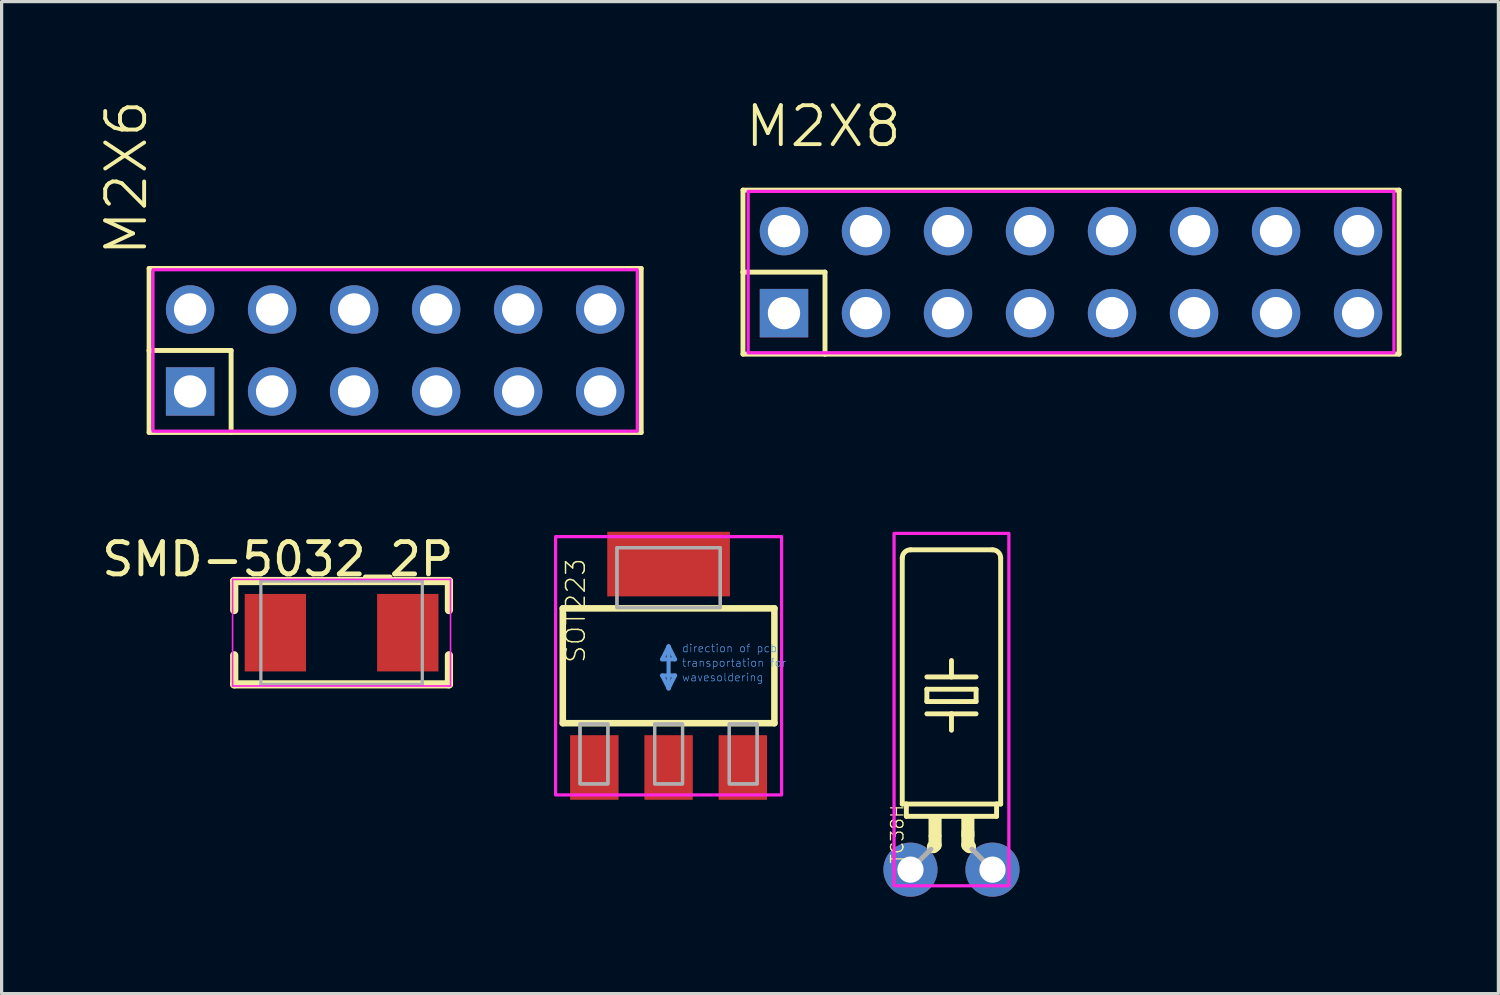
<source format=kicad_pcb>
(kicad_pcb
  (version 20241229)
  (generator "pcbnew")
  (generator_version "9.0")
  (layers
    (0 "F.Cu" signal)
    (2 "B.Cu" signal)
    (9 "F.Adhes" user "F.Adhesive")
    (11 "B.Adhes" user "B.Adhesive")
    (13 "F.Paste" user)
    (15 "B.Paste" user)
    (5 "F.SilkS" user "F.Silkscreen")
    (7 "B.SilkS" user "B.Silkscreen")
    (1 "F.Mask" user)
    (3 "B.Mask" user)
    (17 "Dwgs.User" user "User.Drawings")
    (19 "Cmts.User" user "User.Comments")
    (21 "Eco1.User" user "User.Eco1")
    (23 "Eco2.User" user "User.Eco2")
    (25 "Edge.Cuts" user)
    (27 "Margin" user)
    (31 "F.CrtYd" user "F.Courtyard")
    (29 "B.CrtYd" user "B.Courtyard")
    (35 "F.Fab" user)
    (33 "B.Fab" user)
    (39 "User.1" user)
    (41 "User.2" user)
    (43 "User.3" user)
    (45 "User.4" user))
  (footprint "SMD-5032_2P"
    (layer "F.Cu")
    (at 7.529 16.545)
    (property "Reference" "SMD-5032_2P" (at -1.976 -2.276 0) (layer "F.SilkS") (effects (font (size 1 1) (thickness 0.15))))
    (attr smd)
    (fp_line (start -3.325 -1.6) (end 3.325 -1.6) (stroke (width 0.254) (type solid)) (layer "F.SilkS"))
    (fp_line (start -3.325 -0.7) (end -3.325 -1.6) (stroke (width 0.254) (type solid)) (layer "F.SilkS"))
    (fp_line (start -3.325 1.6) (end -3.325 0.7) (stroke (width 0.254) (type solid)) (layer "F.SilkS"))
    (fp_line (start -3.325 1.6) (end 3.325 1.6) (stroke (width 0.254) (type solid)) (layer "F.SilkS"))
    (fp_line (start 3.325 -0.7) (end 3.325 -1.6) (stroke (width 0.254) (type solid)) (layer "F.SilkS"))
    (fp_line (start 3.325 1.6) (end 3.325 0.7) (stroke (width 0.254) (type solid)) (layer "F.SilkS"))
    (fp_line (start -3.375 -1.65) (end 3.375 -1.65) (stroke (width 0.05) (type solid)) (layer "F.CrtYd"))
    (fp_line (start -3.375 1.65) (end -3.375 -1.65) (stroke (width 0.05) (type solid)) (layer "F.CrtYd"))
    (fp_line (start 3.375 -1.65) (end 3.375 1.65) (stroke (width 0.05) (type solid)) (layer "F.CrtYd"))
    (fp_line (start 3.375 1.65) (end -3.375 1.65) (stroke (width 0.05) (type solid)) (layer "F.CrtYd"))
    (fp_line (start -2.5 -1.6) (end 2.5 -1.6) (stroke (width 0.1) (type solid)) (layer "F.Fab"))
    (fp_line (start -2.5 1.6) (end -2.5 -1.6) (stroke (width 0.1) (type solid)) (layer "F.Fab"))
    (fp_line (start -2.5 1.6) (end 2.5 1.6) (stroke (width 0.1) (type solid)) (layer "F.Fab"))
    (fp_line (start 2.5 1.6) (end 2.5 -1.6) (stroke (width 0.1) (type solid)) (layer "F.Fab"))
    (pad "1" smd rect (at -2.05 0 90) (size 2.4 1.9) (layers "F.Cu" "F.Mask" "F.Paste"))
    (pad "2" smd rect (at 2.05 0 90) (size 2.4 1.9) (layers "F.Cu" "F.Mask" "F.Paste")))
  (footprint "M2X6"
    (layer "F.Cu")
    (at 9.188 7.804)
    (property "Reference" "M2X6" (at -7.62 -2.857 270) (layer "F.SilkS") (effects (font (size 1.206 1.206) (thickness 0.121)) (justify left bottom)))
    (attr through_hole)
    (fp_line (start -7.62 -2.54) (end 7.62 -2.54) (stroke (width 0.152) (type solid)) (layer "F.SilkS"))
    (fp_line (start -7.62 0) (end -7.62 -2.54) (stroke (width 0.152) (type solid)) (layer "F.SilkS"))
    (fp_line (start -7.62 2.54) (end -7.62 0) (stroke (width 0.152) (type solid)) (layer "F.SilkS"))
    (fp_line (start -5.08 0) (end -7.62 0) (stroke (width 0.152) (type solid)) (layer "F.SilkS"))
    (fp_line (start -5.08 2.54) (end -7.62 2.54) (stroke (width 0.152) (type solid)) (layer "F.SilkS"))
    (fp_line (start -5.08 2.54) (end -5.08 0) (stroke (width 0.152) (type solid)) (layer "F.SilkS"))
    (fp_line (start 7.62 -2.54) (end 7.62 2.54) (stroke (width 0.152) (type solid)) (layer "F.SilkS"))
    (fp_line (start 7.62 2.54) (end -5.08 2.54) (stroke (width 0.152) (type solid)) (layer "F.SilkS"))
    (fp_poly (pts (xy 7.5 2.5) (xy -7.5 2.5) (xy -7.5 -2.5) (xy 7.5 -2.5)) (stroke (width 0.1) (type solid)) (fill no) (layer "F.CrtYd"))
    (pad "1" thru_hole rect (at -6.35 1.27) (size 1.5 1.5) (drill 1) (layers "*.Cu" "*.Mask"))
    (pad "2" thru_hole circle (at -6.35 -1.27) (size 1.5 1.5) (drill 1) (layers "*.Cu" "*.Mask"))
    (pad "3" thru_hole circle (at -3.81 1.27) (size 1.5 1.5) (drill 1) (layers "*.Cu" "*.Mask"))
    (pad "4" thru_hole circle (at -3.81 -1.27) (size 1.5 1.5) (drill 1) (layers "*.Cu" "*.Mask"))
    (pad "5" thru_hole circle (at -1.27 1.27) (size 1.5 1.5) (drill 1) (layers "*.Cu" "*.Mask"))
    (pad "6" thru_hole circle (at -1.27 -1.27) (size 1.5 1.5) (drill 1) (layers "*.Cu" "*.Mask"))
    (pad "7" thru_hole circle (at 1.27 1.27) (size 1.5 1.5) (drill 1) (layers "*.Cu" "*.Mask"))
    (pad "8" thru_hole circle (at 1.27 -1.27) (size 1.5 1.5) (drill 1) (layers "*.Cu" "*.Mask"))
    (pad "9" thru_hole circle (at 3.81 1.27) (size 1.5 1.5) (drill 1) (layers "*.Cu" "*.Mask"))
    (pad "10" thru_hole circle (at 3.81 -1.27) (size 1.5 1.5) (drill 1) (layers "*.Cu" "*.Mask"))
    (pad "11" thru_hole circle (at 6.35 1.27) (size 1.5 1.5) (drill 1) (layers "*.Cu" "*.Mask"))
    (pad "12" thru_hole circle (at 6.35 -1.27) (size 1.5 1.5) (drill 1) (layers "*.Cu" "*.Mask")))
  (footprint "M2X8"
    (layer "F.Cu")
    (at 30.121 5.378)
    (property "Reference" "M2X8" (at -10.16 -3.81 0) (layer "F.SilkS") (effects (font (size 1.206 1.206) (thickness 0.121)) (justify left bottom)))
    (attr through_hole)
    (fp_line (start -10.16 -2.54) (end -10.16 0) (stroke (width 0.152) (type solid)) (layer "F.SilkS"))
    (fp_line (start -10.16 0) (end -10.16 2.54) (stroke (width 0.152) (type solid)) (layer "F.SilkS"))
    (fp_line (start -10.16 0) (end -7.62 0) (stroke (width 0.152) (type solid)) (layer "F.SilkS"))
    (fp_line (start -10.16 2.54) (end -7.62 2.54) (stroke (width 0.152) (type solid)) (layer "F.SilkS"))
    (fp_line (start -7.62 0) (end -7.62 2.54) (stroke (width 0.152) (type solid)) (layer "F.SilkS"))
    (fp_line (start -7.62 2.54) (end 10.16 2.54) (stroke (width 0.152) (type solid)) (layer "F.SilkS"))
    (fp_line (start 10.16 -2.54) (end -10.16 -2.54) (stroke (width 0.152) (type solid)) (layer "F.SilkS"))
    (fp_line (start 10.16 2.54) (end 10.16 -2.54) (stroke (width 0.152) (type solid)) (layer "F.SilkS"))
    (fp_poly (pts (xy 10 2.5) (xy -10 2.5) (xy -10 -2.5) (xy 10 -2.5)) (stroke (width 0.1) (type solid)) (fill no) (layer "F.CrtYd"))
    (pad "1" thru_hole rect (at -8.89 1.27) (size 1.5 1.5) (drill 1) (layers "*.Cu" "*.Mask"))
    (pad "2" thru_hole circle (at -8.89 -1.27) (size 1.5 1.5) (drill 1) (layers "*.Cu" "*.Mask"))
    (pad "3" thru_hole circle (at -6.35 1.27) (size 1.5 1.5) (drill 1) (layers "*.Cu" "*.Mask"))
    (pad "4" thru_hole circle (at -6.35 -1.27) (size 1.5 1.5) (drill 1) (layers "*.Cu" "*.Mask"))
    (pad "5" thru_hole circle (at -3.81 1.27) (size 1.5 1.5) (drill 1) (layers "*.Cu" "*.Mask"))
    (pad "6" thru_hole circle (at -3.81 -1.27) (size 1.5 1.5) (drill 1) (layers "*.Cu" "*.Mask"))
    (pad "7" thru_hole circle (at -1.27 1.27) (size 1.5 1.5) (drill 1) (layers "*.Cu" "*.Mask"))
    (pad "8" thru_hole circle (at -1.27 -1.27) (size 1.5 1.5) (drill 1) (layers "*.Cu" "*.Mask"))
    (pad "9" thru_hole circle (at 1.27 1.27) (size 1.5 1.5) (drill 1) (layers "*.Cu" "*.Mask"))
    (pad "10" thru_hole circle (at 1.27 -1.27) (size 1.5 1.5) (drill 1) (layers "*.Cu" "*.Mask"))
    (pad "11" thru_hole circle (at 3.81 1.27) (size 1.5 1.5) (drill 1) (layers "*.Cu" "*.Mask"))
    (pad "12" thru_hole circle (at 3.81 -1.27) (size 1.5 1.5) (drill 1) (layers "*.Cu" "*.Mask"))
    (pad "13" thru_hole circle (at 6.35 1.27) (size 1.5 1.5) (drill 1) (layers "*.Cu" "*.Mask"))
    (pad "14" thru_hole circle (at 6.35 -1.27) (size 1.5 1.5) (drill 1) (layers "*.Cu" "*.Mask"))
    (pad "15" thru_hole circle (at 8.89 1.27) (size 1.5 1.5) (drill 1) (layers "*.Cu" "*.Mask"))
    (pad "16" thru_hole circle (at 8.89 -1.27) (size 1.5 1.5) (drill 1) (layers "*.Cu" "*.Mask")))
  (footprint "TC38H"
    (layer "F.Cu")
    (at 26.418 23.884)
    (property "Reference" "TC38H" (at -1.905 -2.032 270) (layer "F.SilkS") (effects (font (size 0.386 0.386) (thickness 0.039)) (justify right top)))
    (attr through_hole)
    (fp_line (start -1.524 -2.032) (end -1.524 -9.652) (stroke (width 0.152) (type solid)) (layer "F.SilkS"))
    (fp_line (start -1.524 -2.032) (end -1.397 -2.032) (stroke (width 0.152) (type solid)) (layer "F.SilkS"))
    (fp_line (start -1.397 -1.651) (end -1.397 -2.032) (stroke (width 0.152) (type solid)) (layer "F.SilkS"))
    (fp_line (start -1.397 -1.651) (end 1.397 -1.651) (stroke (width 0.152) (type solid)) (layer "F.SilkS"))
    (fp_line (start -1.27 -9.906) (end 1.27 -9.906) (stroke (width 0.152) (type solid)) (layer "F.SilkS"))
    (fp_line (start -0.762 -5.969) (end 0 -5.969) (stroke (width 0.152) (type solid)) (layer "F.SilkS"))
    (fp_line (start -0.762 -5.588) (end -0.762 -5.207) (stroke (width 0.152) (type solid)) (layer "F.SilkS"))
    (fp_line (start -0.762 -5.588) (end 0.762 -5.588) (stroke (width 0.152) (type solid)) (layer "F.SilkS"))
    (fp_line (start -0.762 -4.826) (end 0 -4.826) (stroke (width 0.152) (type solid)) (layer "F.SilkS"))
    (fp_line (start -0.559 -0.711) (end -0.508 -0.762) (stroke (width 0.406) (type solid)) (layer "F.SilkS"))
    (fp_line (start -0.508 -0.762) (end -0.508 -1.016) (stroke (width 0.406) (type solid)) (layer "F.SilkS"))
    (fp_line (start 0 -5.969) (end 0 -6.477) (stroke (width 0.152) (type solid)) (layer "F.SilkS"))
    (fp_line (start 0 -5.969) (end 0.762 -5.969) (stroke (width 0.152) (type solid)) (layer "F.SilkS"))
    (fp_line (start 0 -4.826) (end 0 -4.318) (stroke (width 0.152) (type solid)) (layer "F.SilkS"))
    (fp_line (start 0 -4.826) (end 0.762 -4.826) (stroke (width 0.152) (type solid)) (layer "F.SilkS"))
    (fp_line (start 0.508 -0.762) (end 0.508 -1.143) (stroke (width 0.406) (type solid)) (layer "F.SilkS"))
    (fp_line (start 0.559 -0.711) (end 0.508 -0.762) (stroke (width 0.406) (type solid)) (layer "F.SilkS"))
    (fp_line (start 0.762 -5.207) (end -0.762 -5.207) (stroke (width 0.152) (type solid)) (layer "F.SilkS"))
    (fp_line (start 0.762 -5.207) (end 0.762 -5.588) (stroke (width 0.152) (type solid)) (layer "F.SilkS"))
    (fp_line (start 1.397 -2.032) (end -1.397 -2.032) (stroke (width 0.152) (type solid)) (layer "F.SilkS"))
    (fp_line (start 1.397 -1.651) (end 1.397 -2.032) (stroke (width 0.152) (type solid)) (layer "F.SilkS"))
    (fp_line (start 1.524 -2.032) (end 1.397 -2.032) (stroke (width 0.152) (type solid)) (layer "F.SilkS"))
    (fp_line (start 1.524 -2.032) (end 1.524 -9.652) (stroke (width 0.152) (type solid)) (layer "F.SilkS"))
    (fp_arc (start -1.524 -9.652) (mid -1.449605 -9.831605) (end -1.27 -9.906) (stroke (width 0.1524) (type solid)) (layer "F.SilkS"))
    (fp_arc (start 1.27 -9.906) (mid 1.449605 -9.831605) (end 1.524 -9.652) (stroke (width 0.1524) (type solid)) (layer "F.SilkS"))
    (fp_poly (pts (xy -0.711 -1.016) (xy -0.305 -1.016) (xy -0.305 -1.6) (xy -0.711 -1.6)) (stroke (width 0) (type solid)) (fill yes) (layer "F.SilkS"))
    (fp_poly (pts (xy 0.305 -1.016) (xy 0.711 -1.016) (xy 0.711 -1.6) (xy 0.305 -1.6)) (stroke (width 0) (type solid)) (fill yes) (layer "F.SilkS"))
    (fp_poly (pts (xy -1.778 0.5) (xy 1.778 0.5) (xy 1.778 -10.414) (xy -1.778 -10.414)) (stroke (width 0.1) (type solid)) (fill no) (layer "F.CrtYd"))
    (fp_line (start -0.635 -0.635) (end -1.27 0) (stroke (width 0.152) (type solid)) (layer "F.Fab"))
    (fp_line (start 0.635 -0.635) (end 1.27 0) (stroke (width 0.152) (type solid)) (layer "F.Fab"))
    (pad "1" thru_hole circle (at -1.27 0) (size 1.676 1.676) (drill 0.813) (layers "*.Cu" "*.Mask"))
    (pad "2" thru_hole circle (at 1.27 0) (size 1.676 1.676) (drill 0.813) (layers "*.Cu" "*.Mask")))
  (footprint "SOT223"
    (layer "F.Cu")
    (at 17.657 17.57)
    (property "Reference" "SOT223" (at -2.54 -0.051 90) (layer "F.SilkS") (effects (font (size 0.579 0.579) (thickness 0.046)) (justify left bottom)))
    (attr smd)
    (fp_line (start -3.277 -1.778) (end 3.277 -1.778) (stroke (width 0.203) (type solid)) (layer "F.SilkS"))
    (fp_line (start -3.277 1.778) (end -3.277 -1.778) (stroke (width 0.203) (type solid)) (layer "F.SilkS"))
    (fp_line (start 3.277 -1.778) (end 3.277 1.778) (stroke (width 0.203) (type solid)) (layer "F.SilkS"))
    (fp_line (start 3.277 1.778) (end -3.277 1.778) (stroke (width 0.203) (type solid)) (layer "F.SilkS"))
    (fp_line (start -0.2 -0.2) (end 0.2 -0.2) (stroke (width 0.127) (type solid)) (layer "Cmts.User"))
    (fp_line (start -0.2 0.3) (end 0 0.7) (stroke (width 0.127) (type solid)) (layer "Cmts.User"))
    (fp_line (start 0 -0.6) (end -0.2 -0.2) (stroke (width 0.127) (type solid)) (layer "Cmts.User"))
    (fp_line (start 0 0.7) (end 0 -0.6) (stroke (width 0.127) (type solid)) (layer "Cmts.User"))
    (fp_line (start 0 0.7) (end 0.2 0.3) (stroke (width 0.127) (type solid)) (layer "Cmts.User"))
    (fp_line (start 0.2 -0.2) (end 0 -0.6) (stroke (width 0.127) (type solid)) (layer "Cmts.User"))
    (fp_line (start 0.2 0.3) (end -0.2 0.3) (stroke (width 0.127) (type solid)) (layer "Cmts.User"))
    (fp_poly (pts (xy 3.5 4) (xy -3.5 4) (xy -3.5 -4) (xy 3.5 -4)) (stroke (width 0.1) (type solid)) (fill no) (layer "F.CrtYd"))
    (fp_poly (pts (xy -2.743 1.803) (xy -2.743 3.658) (xy -1.88 3.658) (xy -1.88 1.803)) (stroke (width 0.1) (type solid)) (fill no) (layer "F.Fab"))
    (fp_poly (pts (xy -2.743 1.803) (xy -2.743 3.658) (xy -1.88 3.658) (xy -1.88 1.803)) (stroke (width 0.1) (type solid)) (fill no) (layer "F.Fab"))
    (fp_poly (pts (xy -1.6 -3.658) (xy -1.6 -1.803) (xy 1.6 -1.803) (xy 1.6 -3.658)) (stroke (width 0.1) (type solid)) (fill no) (layer "F.Fab"))
    (fp_poly (pts (xy -1.6 -3.658) (xy -1.6 -1.803) (xy 1.6 -1.803) (xy 1.6 -3.658)) (stroke (width 0.1) (type solid)) (fill no) (layer "F.Fab"))
    (fp_poly (pts (xy -0.432 1.803) (xy -0.432 3.658) (xy 0.432 3.658) (xy 0.432 1.803)) (stroke (width 0.1) (type solid)) (fill no) (layer "F.Fab"))
    (fp_poly (pts (xy -0.432 1.803) (xy -0.432 3.658) (xy 0.432 3.658) (xy 0.432 1.803)) (stroke (width 0.1) (type solid)) (fill no) (layer "F.Fab"))
    (fp_poly (pts (xy 1.88 1.803) (xy 1.88 3.658) (xy 2.743 3.658) (xy 2.743 1.803)) (stroke (width 0.1) (type solid)) (fill no) (layer "F.Fab"))
    (fp_poly (pts (xy 1.88 1.803) (xy 1.88 3.658) (xy 2.743 3.658) (xy 2.743 1.803)) (stroke (width 0.1) (type solid)) (fill no) (layer "F.Fab"))
    (fp_text user "wavesoldering" (at 0.4 0.5 0) (layer "Cmts.User") (effects (font (size 0.241 0.241) (thickness 0.02)) (justify left bottom)))
    (fp_text user "direction of pcb" (at 0.4 -0.4 0) (layer "Cmts.User") (effects (font (size 0.241 0.241) (thickness 0.02)) (justify left bottom)))
    (fp_text user "transportation for" (at 0.4 0.05 0) (layer "Cmts.User") (effects (font (size 0.241 0.241) (thickness 0.02)) (justify left bottom)))
    (pad "1" smd rect (at -2.3 3.15) (size 1.5 2) (layers "F.Cu" "F.Mask" "F.Paste"))
    (pad "2" smd rect (at 0 3.15) (size 1.5 2) (layers "F.Cu" "F.Mask" "F.Paste"))
    (pad "3" smd rect (at 2.3 3.15) (size 1.5 2) (layers "F.Cu" "F.Mask" "F.Paste"))
    (pad "4" smd rect (at 0 -3.15) (size 3.8 2) (layers "F.Cu" "F.Mask" "F.Paste")))
  (gr_rect
    (start -3 -3)
    (end 43.357 27.723)
    (stroke (width 0.1) (type default))
    (fill no)
    (layer "Edge.Cuts")))
</source>
